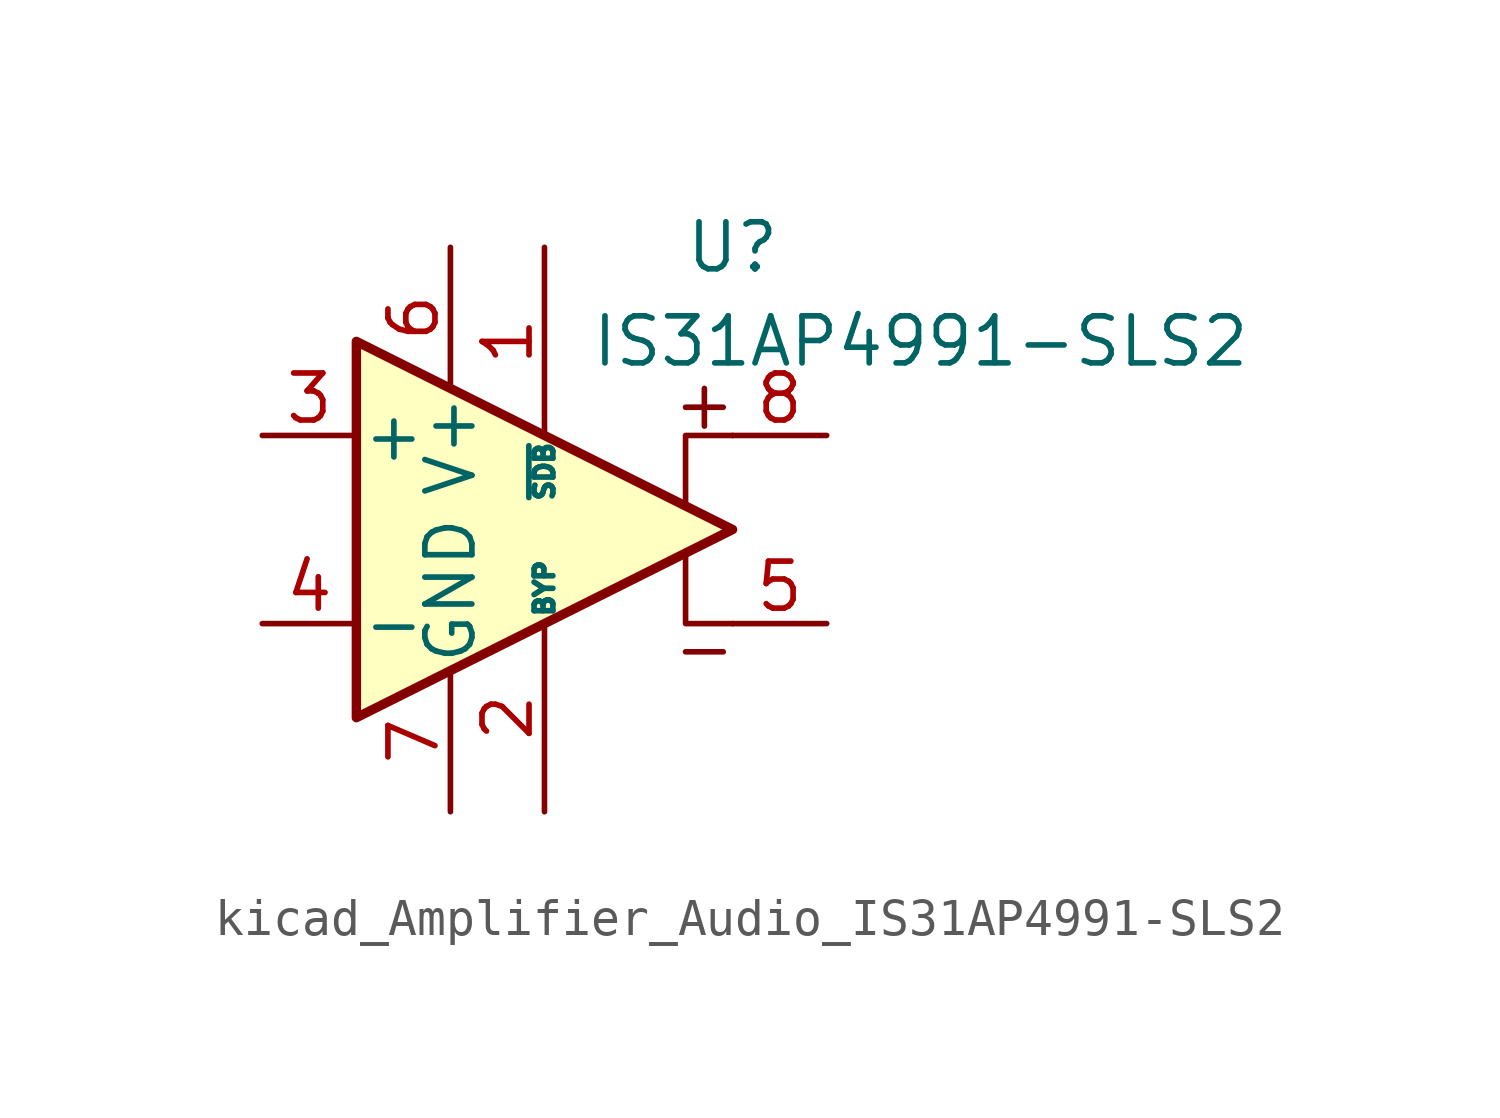
<source format=kicad_sym>
(kicad_symbol_lib
  (version 20220914)
  (generator kicad_symbol_editor)
  (symbol "kicad_Amplifier_Audio_IS31AP4991-SLS2"
    (pin_names
      (offset 0.127))
    (property "Reference" "U"
      (at 5.08 7.62 0)
      (effects (font (size 1.27 1.27))))
    (property "Value" "IS31AP4991-SLS2"
      (at 10.16 5.08 0)
      (effects (font (size 1.27 1.27))))
    (symbol "kicad_Amplifier_Audio_IS31AP4991-SLS2_0_1"
      (polyline (pts (xy 3.81 -3.302) (xy 4.826 -3.302)) (stroke (width 0) (type default)) (fill (type none)))
      (polyline (pts (xy 3.81 3.302) (xy 4.826 3.302)) (stroke (width 0) (type default)) (fill (type none)))
      (polyline (pts (xy 4.318 2.794) (xy 4.318 3.81)) (stroke (width 0) (type default)) (fill (type none))))
    (symbol "kicad_Amplifier_Audio_IS31AP4991-SLS2_1_1"
      (polyline (pts (xy 3.81 -0.635) (xy 3.81 -2.54) (xy 5.08 -2.54)) (stroke (width 0) (type default)) (fill (type none)))
      (polyline (pts (xy 5.08 2.54) (xy 3.81 2.54) (xy 3.81 0.635)) (stroke (width 0) (type default)) (fill (type none)))
      (polyline (pts (xy -5.08 5.08) (xy 5.08 0) (xy -5.08 -5.08) (xy -5.08 5.08)) (stroke (width 0.254) (type default)) (fill (type background)))
      (pin input line (at 0 7.62 270) (length 5.08) (name "~{SDB}" (effects (font (size 0.508 0.508)))) (number "1" (effects (font (size 1.27 1.27)))))
      (pin passive line (at 0 -7.62 90) (length 5.08) (name "BYP" (effects (font (size 0.508 0.508)))) (number "2" (effects (font (size 1.27 1.27)))))
      (pin input line (at -7.62 2.54 0) (length 2.54) (name "+" (effects (font (size 1.27 1.27)))) (number "3" (effects (font (size 1.27 1.27)))))
      (pin input line (at -7.62 -2.54 0) (length 2.54) (name "-" (effects (font (size 1.27 1.27)))) (number "4" (effects (font (size 1.27 1.27)))))
      (pin output line (at 7.62 -2.54 180) (length 2.54) (name "~" (effects (font (size 1.27 1.27)))) (number "5" (effects (font (size 1.27 1.27)))))
      (pin power_in line (at -2.54 7.62 270) (length 3.81) (name "V+" (effects (font (size 1.27 1.27)))) (number "6" (effects (font (size 1.27 1.27)))))
      (pin power_in line (at -2.54 -7.62 90) (length 3.81) (name "GND" (effects (font (size 1.27 1.27)))) (number "7" (effects (font (size 1.27 1.27)))))
      (pin output line (at 7.62 2.54 180) (length 2.54) (name "~" (effects (font (size 1.27 1.27)))) (number "8" (effects (font (size 1.27 1.27))))))))
</source>
